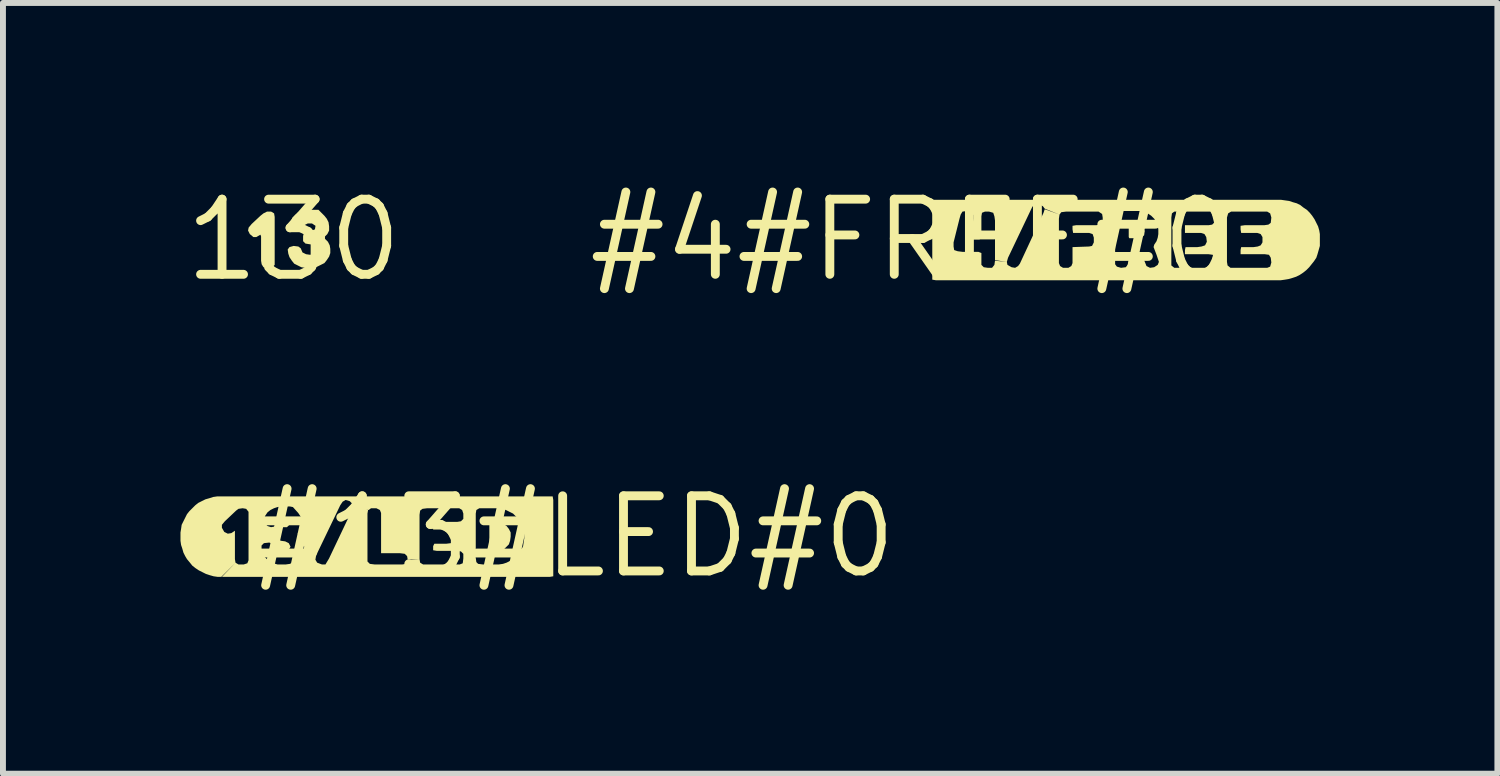
<source format=kicad_pcb>
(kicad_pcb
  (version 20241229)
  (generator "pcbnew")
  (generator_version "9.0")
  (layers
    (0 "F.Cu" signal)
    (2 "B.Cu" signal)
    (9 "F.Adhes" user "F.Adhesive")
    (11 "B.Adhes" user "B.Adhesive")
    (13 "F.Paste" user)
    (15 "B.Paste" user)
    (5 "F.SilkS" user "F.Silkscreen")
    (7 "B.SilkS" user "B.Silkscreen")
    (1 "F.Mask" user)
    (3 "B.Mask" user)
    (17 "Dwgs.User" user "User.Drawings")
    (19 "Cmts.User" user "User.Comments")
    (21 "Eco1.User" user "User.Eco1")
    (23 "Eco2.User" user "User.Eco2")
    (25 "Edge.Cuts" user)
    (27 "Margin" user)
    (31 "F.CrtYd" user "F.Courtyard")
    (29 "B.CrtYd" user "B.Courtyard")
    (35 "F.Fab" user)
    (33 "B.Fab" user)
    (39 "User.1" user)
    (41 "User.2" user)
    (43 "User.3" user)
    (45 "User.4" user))
  (footprint "#13#LED#0"
    (layer "F.Cu")
    (at 6.64 6.019)
    (property "Reference" "#13#LED#0" (at 0 0 0) (layer "F.SilkS") (effects (font (size 1.27 1.27) (thickness 0.15))))
    (attr through_hole)
    (fp_poly (pts (xy -6.02 -0.68) (xy -6.09 -0.67) (xy -6.15 -0.65) (xy -6.22 -0.63) (xy -6.28 -0.6) (xy -6.34 -0.57) (xy -6.39 -0.53) (xy -6.44 -0.48) (xy -6.49 -0.43) (xy -6.53 -0.38) (xy -6.56 -0.32) (xy -6.59 -0.26) (xy -6.62 -0.2) (xy -6.63 -0.13) (xy -6.64 -0.07) (xy -6.64 0) (xy -6.64 0.07) (xy -6.63 0.14) (xy -6.61 0.2) (xy -6.59 0.27) (xy -6.56 0.33) (xy -6.53 0.38) (xy -6.48 0.44) (xy -6.44 0.49) (xy -6.39 0.53) (xy -6.33 0.57) (xy -6.27 0.6) (xy -6.21 0.63) (xy -6.15 0.65) (xy -6.08 0.67) (xy -6.01 0.68) (xy -5.95 0.68) (xy -5.71 0.44) (xy -5.72 0.38) (xy -5.72 -0.1) (xy -5.78 -0.06) (xy -5.84 -0.05) (xy -5.9 -0.08) (xy -5.94 -0.15) (xy -5.94 -0.2) (xy -5.89 -0.26) (xy -5.7 -0.44) (xy -5.66 -0.47) (xy -5.59 -0.48) (xy -5.53 -0.47) (xy -5.49 -0.42) (xy -5.49 0.4) (xy -5.26 0.27) (xy -5.27 0.2) (xy -5.27 0.15) (xy -5.23 0.11) (xy -5.14 0.1) (xy -5.08 0.12) (xy -5.05 0.17) (xy -5.01 0.22) (xy -4.94 0.25) (xy -4.87 0.25) (xy -4.81 0.22) (xy -4.78 0.17) (xy -4.81 0.11) (xy -4.87 0.08) (xy -4.94 0.07) (xy -4.99 0.05) (xy -5.02 -0.01) (xy -5.01 -0.1) (xy -4.98 -0.14) (xy -4.92 -0.16) (xy -4.84 -0.16) (xy -4.8 -0.2) (xy -4.83 -0.26) (xy -4.89 -0.28) (xy -4.96 -0.27) (xy -5.01 -0.23) (xy -5.05 -0.17) (xy -5.11 -0.16) (xy -5.17 -0.18) (xy -5.22 -0.23) (xy -5.23 -0.28) (xy -5.21 -0.35) (xy -5.17 -0.41) (xy -5.12 -0.45) (xy -5.06 -0.48) (xy -5 -0.5) (xy -4.93 -0.51) (xy -4.79 -0.51) (xy -4.74 -0.5) (xy -4.65 -0.4) (xy -4.61 -0.34) (xy -4.58 -0.28) (xy -4.57 -0.22) (xy -4.58 -0.15) (xy -4.61 -0.09) (xy -4.66 -0.05) (xy -4.63 -0.01) (xy -4.59 0.04) (xy -4.56 0.1) (xy -4.55 0.17) (xy -4.56 0.24) (xy -4.35 0.33) (xy -4.32 0.26) (xy -3.94 -0.53) (xy -3.9 -0.59) (xy -3.85 -0.62) (xy -3.78 -0.6) (xy -3.73 -0.55) (xy -3.72 -0.5) (xy -3.46 -0.45) (xy -3.42 -0.48) (xy -3.33 -0.48) (xy -3.27 -0.45) (xy -3.25 -0.4) (xy -3.25 0.28) (xy -3.2 0.28) (xy -2.93 0.28) (xy -2.85 0.29) (xy -2.81 0.33) (xy -2.8 0.39) (xy -2.6 0.38) (xy -2.6 -0.37) (xy -2.59 -0.44) (xy -2.55 -0.47) (xy -2.47 -0.48) (xy -2 -0.48) (xy -1.93 -0.48) (xy -1.88 -0.45) (xy -1.86 -0.39) (xy -1.65 -0.39) (xy -1.64 -0.45) (xy -1.59 -0.48) (xy -1.54 -0.48) (xy -1.27 -0.48) (xy -1.2 -0.47) (xy -1.14 -0.45) (xy -1.08 -0.42) (xy -1.02 -0.39) (xy -0.97 -0.34) (xy -0.92 -0.29) (xy -0.88 -0.24) (xy -0.85 -0.18) (xy -0.84 -0.11) (xy -0.83 -0.04) (xy -0.83 0.03) (xy -0.84 0.09) (xy -0.85 0.16) (xy -0.88 0.22) (xy -0.92 0.28) (xy -0.96 0.33) (xy -1.01 0.38) (xy -1.07 0.41) (xy -1.13 0.44) (xy -1.19 0.46) (xy -1.26 0.47) (xy -1.33 0.47) (xy -1.53 0.47) (xy -1.61 0.46) (xy -1.64 0.43) (xy -1.65 0.36) (xy -1.65 -0.39) (xy -1.86 -0.39) (xy -1.86 -0.3) (xy -1.42 -0.22) (xy -1.38 -0.25) (xy -1.32 -0.25) (xy -1.25 -0.25) (xy -1.19 -0.22) (xy -1.13 -0.18) (xy -1.09 -0.13) (xy -1.06 -0.07) (xy -1.06 0) (xy -1.07 0.07) (xy -1.09 0.13) (xy -1.14 0.18) (xy -1.19 0.23) (xy -1.21 0.24) (xy -1.41 0.24) (xy -1.42 0.19) (xy -1.42 -0.22) (xy -1.86 -0.3) (xy -1.9 -0.26) (xy -1.96 -0.25) (xy -2.37 -0.25) (xy -2.37 -0.12) (xy -2.31 -0.12) (xy -2.1 -0.12) (xy -2.04 -0.1) (xy -2.01 -0.06) (xy -2 0.03) (xy -2.02 0.09) (xy -2.07 0.11) (xy -2.15 0.12) (xy -2.35 0.12) (xy -2.37 0.16) (xy -2.37 0.23) (xy -2.31 0.24) (xy -1.97 0.24) (xy -1.9 0.25) (xy -1.86 0.29) (xy -1.86 0.37) (xy -1.87 0.45) (xy -1.92 0.47) (xy -1.99 0.47) (xy -2.46 0.47) (xy -2.54 0.47) (xy -2.59 0.44) (xy -2.6 0.38) (xy -2.81 0.4) (xy -2.83 0.46) (xy -2.89 0.47) (xy -3.36 0.47) (xy -3.44 0.46) (xy -3.48 0.42) (xy -3.48 0.35) (xy -3.48 -0.39) (xy -3.47 -0.45) (xy -3.72 -0.5) (xy -3.75 -0.43) (xy -4.13 0.37) (xy -4.19 0.47) (xy -4.25 0.47) (xy -4.33 0.44) (xy -4.36 0.39) (xy -4.35 0.33) (xy -4.56 0.24) (xy -4.59 0.3) (xy -4.62 0.35) (xy -4.67 0.4) (xy -4.73 0.43) (xy -4.79 0.46) (xy -4.86 0.47) (xy -4.93 0.47) (xy -5 0.47) (xy -5.07 0.45) (xy -5.13 0.42) (xy -5.18 0.38) (xy -5.22 0.34) (xy -5.26 0.27) (xy -5.49 0.4) (xy -5.51 0.45) (xy -5.57 0.47) (xy -5.66 0.47) (xy -5.71 0.44) (xy -5.94 0.68) (xy -0.4 0.68) (xy -0.34 0.67) (xy -0.34 -0.62) (xy -0.35 -0.68) (xy -5.97 -0.68)) (stroke (width 0) (type solid)) (fill yes) (layer "F.SilkS")))
  (footprint "#4#FREE#0"
    (layer "F.Cu")
    (at 12.365 1.006)
    (property "Reference" "#4#FREE#0" (at 0 0 0) (layer "F.SilkS") (effects (font (size 1.27 1.27) (thickness 0.15))))
    (attr through_hole)
    (fp_poly (pts (xy 3.67 -0.03) (xy 3.81 -0.03) (xy 3.87 -0.04) (xy 3.92 -0.08) (xy 3.93 -0.15) (xy 3.91 -0.21) (xy 3.85 -0.25) (xy 3.79 -0.26) (xy 3.72 -0.26) (xy 3.66 -0.25) (xy 3.66 -0.05)) (stroke (width 0) (type solid)) (fill yes) (layer "F.SilkS"))
    (fp_poly (pts (xy 0.62 -0.68) (xy 0.35 -0.68) (xy 0.34 -0.62) (xy 0.34 0.67) (xy 0.4 0.68) (xy 6.16 0.68) (xy 6.23 0.68) (xy 6.3 0.67) (xy 6.36 0.66) (xy 6.43 0.64) (xy 6.49 0.62) (xy 6.55 0.59) (xy 6.61 0.55) (xy 6.66 0.51) (xy 6.71 0.46) (xy 6.75 0.41) (xy 6.79 0.36) (xy 6.83 0.3) (xy 6.85 0.24) (xy 6.87 0.17) (xy 6.89 0.1) (xy 6.89 0.04) (xy 6.89 -0.03) (xy 6.89 -0.1) (xy 6.88 -0.16) (xy 6.86 -0.23) (xy 6.83 -0.29) (xy 6.8 -0.35) (xy 6.76 -0.41) (xy 6.72 -0.46) (xy 6.67 -0.51) (xy 6.61 -0.55) (xy 6.56 -0.59) (xy 6.5 -0.62) (xy 6.43 -0.64) (xy 6.37 -0.66) (xy 6.3 -0.67) (xy 6.23 -0.68) (xy 6.17 -0.68) (xy 0.68 -0.68) (xy 0.85 -0.48) (xy 0.92 -0.49) (xy 0.99 -0.46) (xy 1.04 -0.42) (xy 1.04 -0.36) (xy 0.96 -0.03) (xy 1 -0.01) (xy 1.14 -0.01) (xy 1.17 -0.06) (xy 1.17 -0.4) (xy 1.18 -0.46) (xy 1.23 -0.48) (xy 1.3 -0.48) (xy 1.37 -0.46) (xy 1.39 -0.4) (xy 1.4 -0.33) (xy 1.4 0.34) (xy 1.6 0.37) (xy 1.62 0.3) (xy 2.03 -0.56) (xy 2.08 -0.61) (xy 2.14 -0.61) (xy 2.21 -0.57) (xy 2.24 -0.53) (xy 2.49 -0.43) (xy 2.52 -0.47) (xy 2.6 -0.48) (xy 3.07 -0.48) (xy 3.15 -0.48) (xy 3.21 -0.44) (xy 3.22 -0.38) (xy 3.43 -0.41) (xy 3.45 -0.46) (xy 3.5 -0.49) (xy 3.58 -0.49) (xy 3.79 -0.49) (xy 3.85 -0.49) (xy 3.91 -0.47) (xy 3.98 -0.45) (xy 4.04 -0.41) (xy 4.09 -0.36) (xy 4.13 -0.3) (xy 4.15 -0.24) (xy 4.16 -0.18) (xy 4.16 -0.1) (xy 4.15 -0.04) (xy 4.13 0.02) (xy 4.09 0.08) (xy 4.08 0.12) (xy 4.13 0.25) (xy 4.17 0.37) (xy 4.38 0.37) (xy 4.38 -0.38) (xy 4.39 -0.45) (xy 4.43 -0.48) (xy 4.51 -0.48) (xy 4.99 -0.48) (xy 5.05 -0.48) (xy 5.1 -0.45) (xy 5.12 -0.38) (xy 5.32 -0.38) (xy 5.34 -0.45) (xy 5.39 -0.48) (xy 5.46 -0.48) (xy 5.94 -0.48) (xy 6 -0.48) (xy 6.05 -0.45) (xy 6.07 -0.38) (xy 6.06 -0.29) (xy 6.02 -0.26) (xy 5.95 -0.25) (xy 5.62 -0.25) (xy 5.55 -0.24) (xy 5.55 -0.18) (xy 5.56 -0.12) (xy 5.83 -0.12) (xy 5.89 -0.1) (xy 5.92 -0.05) (xy 5.92 0.04) (xy 5.89 0.09) (xy 5.84 0.11) (xy 5.77 0.12) (xy 5.56 0.12) (xy 5.55 0.17) (xy 5.55 0.24) (xy 5.96 0.24) (xy 6.03 0.25) (xy 6.06 0.3) (xy 6.07 0.38) (xy 6.05 0.45) (xy 6 0.47) (xy 5.93 0.47) (xy 5.46 0.47) (xy 5.38 0.47) (xy 5.33 0.43) (xy 5.32 0.37) (xy 5.32 -0.38) (xy 5.12 -0.38) (xy 5.11 -0.3) (xy 5.07 -0.26) (xy 5.01 -0.25) (xy 4.67 -0.25) (xy 4.61 -0.25) (xy 4.61 -0.18) (xy 4.61 -0.12) (xy 4.88 -0.12) (xy 4.94 -0.1) (xy 4.97 -0.05) (xy 4.98 0.03) (xy 4.95 0.09) (xy 4.89 0.11) (xy 4.82 0.12) (xy 4.62 0.12) (xy 4.61 0.17) (xy 4.61 0.24) (xy 4.67 0.24) (xy 5.01 0.24) (xy 5.08 0.25) (xy 5.11 0.29) (xy 5.12 0.38) (xy 5.1 0.45) (xy 5.05 0.47) (xy 4.98 0.47) (xy 4.51 0.47) (xy 4.43 0.47) (xy 4.38 0.43) (xy 4.38 0.37) (xy 4.17 0.37) (xy 4.15 0.42) (xy 4.09 0.46) (xy 4.02 0.47) (xy 3.96 0.44) (xy 3.9 0.29) (xy 3.85 0.2) (xy 3.72 0.2) (xy 3.66 0.21) (xy 3.66 0.35) (xy 3.65 0.41) (xy 3.61 0.46) (xy 3.53 0.47) (xy 3.46 0.45) (xy 3.43 0.41) (xy 3.43 0.34) (xy 3.43 -0.41) (xy 3.22 -0.38) (xy 3.22 -0.31) (xy 3.17 -0.26) (xy 3.11 -0.25) (xy 2.77 -0.25) (xy 2.71 -0.24) (xy 2.71 -0.18) (xy 2.72 -0.12) (xy 2.99 -0.12) (xy 3.05 -0.1) (xy 3.07 -0.04) (xy 3.07 0.04) (xy 3.04 0.1) (xy 2.99 0.11) (xy 2.71 0.12) (xy 2.71 0.18) (xy 2.71 0.39) (xy 2.69 0.44) (xy 2.64 0.47) (xy 2.55 0.47) (xy 2.5 0.44) (xy 2.48 0.39) (xy 2.48 0.32) (xy 2.48 -0.36) (xy 2.49 -0.43) (xy 2.24 -0.52) (xy 2.22 -0.46) (xy 1.82 0.4) (xy 1.79 0.44) (xy 1.74 0.47) (xy 1.68 0.46) (xy 1.61 0.42) (xy 1.6 0.37) (xy 1.4 0.35) (xy 1.39 0.42) (xy 1.35 0.47) (xy 1.28 0.47) (xy 1.21 0.46) (xy 1.17 0.42) (xy 1.17 0.35) (xy 1.17 0.22) (xy 1.12 0.2) (xy 0.85 0.2) (xy 0.77 0.19) (xy 0.71 0.17) (xy 0.7 0.11) (xy 0.7 0.04) (xy 0.8 -0.36) (xy 0.82 -0.43) (xy 0.85 -0.48) (xy 0.68 -0.68)) (stroke (width 0) (type solid)) (fill yes) (layer "F.SilkS")))
  (footprint "130"
    (layer "F.Cu")
    (at 1.912 1.006)
    (property "Reference" "130" (at 0 0 0) (layer "F.SilkS") (effects (font (size 1.27 1.27) (thickness 0.15))))
    (attr through_hole)
    (fp_poly (pts (xy -0.51 -0.45) (xy -0.56 -0.41) (xy -0.71 -0.27) (xy -0.76 -0.21) (xy -0.77 -0.16) (xy -0.74 -0.1) (xy -0.68 -0.05) (xy -0.63 -0.05) (xy -0.56 -0.09) (xy -0.55 -0.06) (xy -0.55 0.35) (xy -0.54 0.41) (xy -0.51 0.46) (xy -0.44 0.47) (xy -0.36 0.46) (xy -0.32 0.42) (xy -0.32 0.36) (xy -0.32 -0.39) (xy -0.33 -0.45) (xy -0.38 -0.48) (xy -0.45 -0.48)) (stroke (width 0) (type solid)) (fill yes) (layer "F.SilkS"))
    (fp_poly (pts (xy 0.42 -0.51) (xy 0.29 -0.51) (xy 0.22 -0.51) (xy 0.15 -0.49) (xy 0.08 -0.47) (xy 0.03 -0.43) (xy -0.02 -0.38) (xy -0.05 -0.31) (xy -0.06 -0.26) (xy -0.03 -0.21) (xy 0.03 -0.17) (xy 0.09 -0.16) (xy 0.14 -0.2) (xy 0.18 -0.25) (xy 0.24 -0.28) (xy 0.31 -0.28) (xy 0.37 -0.24) (xy 0.36 -0.18) (xy 0.31 -0.16) (xy 0.23 -0.15) (xy 0.18 -0.13) (xy 0.16 -0.07) (xy 0.16 0.02) (xy 0.2 0.06) (xy 0.26 0.07) (xy 0.33 0.08) (xy 0.38 0.13) (xy 0.39 0.19) (xy 0.34 0.23) (xy 0.28 0.25) (xy 0.21 0.24) (xy 0.15 0.21) (xy 0.12 0.14) (xy 0.08 0.11) (xy 0 0.1) (xy -0.07 0.12) (xy -0.1 0.16) (xy -0.09 0.23) (xy -0.07 0.29) (xy -0.03 0.35) (xy 0.01 0.4) (xy 0.07 0.43) (xy 0.13 0.46) (xy 0.19 0.47) (xy 0.27 0.47) (xy 0.34 0.47) (xy 0.4 0.45) (xy 0.46 0.42) (xy 0.52 0.39) (xy 0.56 0.34) (xy 0.6 0.28) (xy 0.62 0.22) (xy 0.62 0.15) (xy 0.61 0.09) (xy 0.58 0.03) (xy 0.53 -0.02) (xy 0.53 -0.06) (xy 0.57 -0.1) (xy 0.6 -0.16) (xy 0.6 -0.23) (xy 0.59 -0.3) (xy 0.56 -0.36) (xy 0.52 -0.41)) (stroke (width 0) (type solid)) (fill yes) (layer "F.SilkS")))
  (gr_rect
    (start -3 -3)
    (end 22.255 10.025)
    (stroke (width 0.1) (type default))
    (fill no)
    (layer "Edge.Cuts")))
</source>
